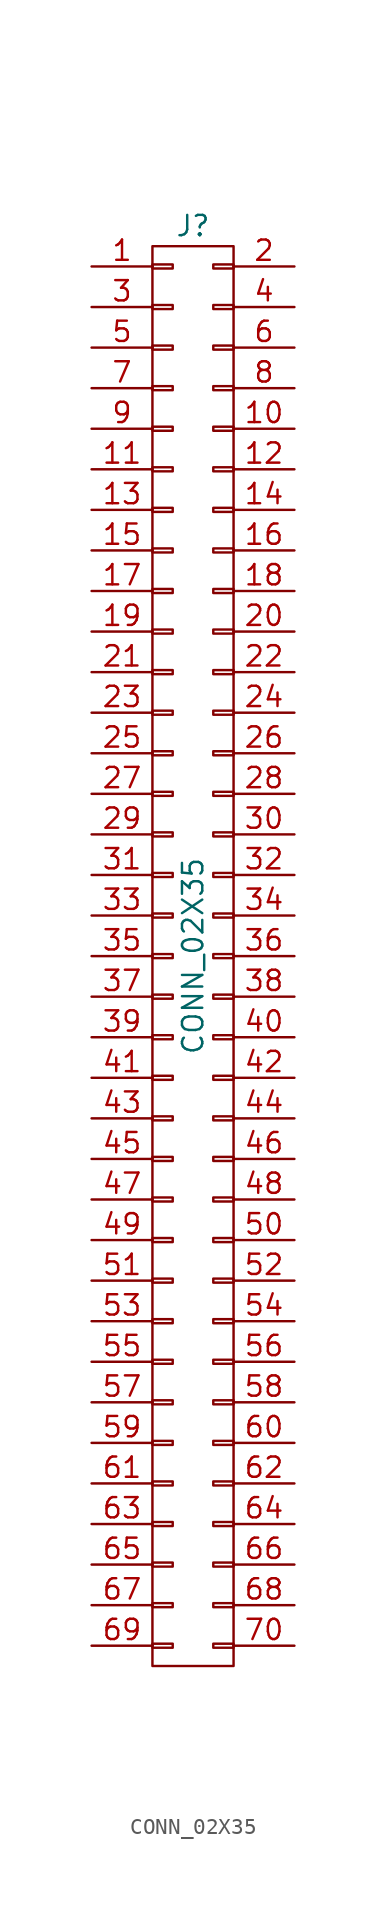
<source format=kicad_sym>
(kicad_symbol_lib
  (version 20211014)
  (generator kicad_symbol_editor)
  (symbol "CONN_02X35"
    (pin_names
      (offset 0.025) hide)
    (property "Reference" "J"
      (at 0 45.72 0)
      (effects (font (size 1.27 1.27))))
    (property "Value" "CONN_02X35"
      (at 0 0 90)
      (effects (font (size 1.27 1.27))))
    (symbol "CONN_02X35_0_1"
      (rectangle (start -2.54 -43.053) (end -1.27 -43.307) (stroke (width 0) (type default) (color 0 0 0 0)) (fill (type none)))
      (rectangle (start -2.54 -40.513) (end -1.27 -40.767) (stroke (width 0) (type default) (color 0 0 0 0)) (fill (type none)))
      (rectangle (start -2.54 -37.973) (end -1.27 -38.227) (stroke (width 0) (type default) (color 0 0 0 0)) (fill (type none)))
      (rectangle (start -2.54 -35.433) (end -1.27 -35.687) (stroke (width 0) (type default) (color 0 0 0 0)) (fill (type none)))
      (rectangle (start -2.54 -32.893) (end -1.27 -33.147) (stroke (width 0) (type default) (color 0 0 0 0)) (fill (type none)))
      (rectangle (start -2.54 -30.353) (end -1.27 -30.607) (stroke (width 0) (type default) (color 0 0 0 0)) (fill (type none)))
      (rectangle (start -2.54 -27.813) (end -1.27 -28.067) (stroke (width 0) (type default) (color 0 0 0 0)) (fill (type none)))
      (rectangle (start -2.54 -25.273) (end -1.27 -25.527) (stroke (width 0) (type default) (color 0 0 0 0)) (fill (type none)))
      (rectangle (start -2.54 -22.733) (end -1.27 -22.987) (stroke (width 0) (type default) (color 0 0 0 0)) (fill (type none)))
      (rectangle (start -2.54 -20.193) (end -1.27 -20.447) (stroke (width 0) (type default) (color 0 0 0 0)) (fill (type none)))
      (rectangle (start -2.54 -17.653) (end -1.27 -17.907) (stroke (width 0) (type default) (color 0 0 0 0)) (fill (type none)))
      (rectangle (start -2.54 -15.113) (end -1.27 -15.367) (stroke (width 0) (type default) (color 0 0 0 0)) (fill (type none)))
      (rectangle (start -2.54 -12.573) (end -1.27 -12.827) (stroke (width 0) (type default) (color 0 0 0 0)) (fill (type none)))
      (rectangle (start -2.54 -10.033) (end -1.27 -10.287) (stroke (width 0) (type default) (color 0 0 0 0)) (fill (type none)))
      (rectangle (start -2.54 -7.493) (end -1.27 -7.747) (stroke (width 0) (type default) (color 0 0 0 0)) (fill (type none)))
      (rectangle (start -2.54 -4.953) (end -1.27 -5.207) (stroke (width 0) (type default) (color 0 0 0 0)) (fill (type none)))
      (rectangle (start -2.54 -2.413) (end -1.27 -2.667) (stroke (width 0) (type default) (color 0 0 0 0)) (fill (type none)))
      (rectangle (start -2.54 0.127) (end -1.27 -0.127) (stroke (width 0) (type default) (color 0 0 0 0)) (fill (type none)))
      (rectangle (start -2.54 2.667) (end -1.27 2.413) (stroke (width 0) (type default) (color 0 0 0 0)) (fill (type none)))
      (rectangle (start -2.54 5.207) (end -1.27 4.953) (stroke (width 0) (type default) (color 0 0 0 0)) (fill (type none)))
      (rectangle (start -2.54 7.747) (end -1.27 7.493) (stroke (width 0) (type default) (color 0 0 0 0)) (fill (type none)))
      (rectangle (start -2.54 10.287) (end -1.27 10.033) (stroke (width 0) (type default) (color 0 0 0 0)) (fill (type none)))
      (rectangle (start -2.54 12.827) (end -1.27 12.573) (stroke (width 0) (type default) (color 0 0 0 0)) (fill (type none)))
      (rectangle (start -2.54 15.367) (end -1.27 15.113) (stroke (width 0) (type default) (color 0 0 0 0)) (fill (type none)))
      (rectangle (start -2.54 17.907) (end -1.27 17.653) (stroke (width 0) (type default) (color 0 0 0 0)) (fill (type none)))
      (rectangle (start -2.54 20.447) (end -1.27 20.193) (stroke (width 0) (type default) (color 0 0 0 0)) (fill (type none)))
      (rectangle (start -2.54 22.987) (end -1.27 22.733) (stroke (width 0) (type default) (color 0 0 0 0)) (fill (type none)))
      (rectangle (start -2.54 25.527) (end -1.27 25.273) (stroke (width 0) (type default) (color 0 0 0 0)) (fill (type none)))
      (rectangle (start -2.54 28.067) (end -1.27 27.813) (stroke (width 0) (type default) (color 0 0 0 0)) (fill (type none)))
      (rectangle (start -2.54 30.607) (end -1.27 30.353) (stroke (width 0) (type default) (color 0 0 0 0)) (fill (type none)))
      (rectangle (start -2.54 33.147) (end -1.27 32.893) (stroke (width 0) (type default) (color 0 0 0 0)) (fill (type none)))
      (rectangle (start -2.54 35.687) (end -1.27 35.433) (stroke (width 0) (type default) (color 0 0 0 0)) (fill (type none)))
      (rectangle (start -2.54 38.227) (end -1.27 37.973) (stroke (width 0) (type default) (color 0 0 0 0)) (fill (type none)))
      (rectangle (start -2.54 40.767) (end -1.27 40.513) (stroke (width 0) (type default) (color 0 0 0 0)) (fill (type none)))
      (rectangle (start -2.54 43.307) (end -1.27 43.053) (stroke (width 0) (type default) (color 0 0 0 0)) (fill (type none)))
      (rectangle (start -2.54 44.45) (end 2.54 -44.45) (stroke (width 0) (type default) (color 0 0 0 0)) (fill (type none)))
      (rectangle (start 1.27 -43.053) (end 2.54 -43.307) (stroke (width 0) (type default) (color 0 0 0 0)) (fill (type none)))
      (rectangle (start 1.27 -40.513) (end 2.54 -40.767) (stroke (width 0) (type default) (color 0 0 0 0)) (fill (type none)))
      (rectangle (start 1.27 -37.973) (end 2.54 -38.227) (stroke (width 0) (type default) (color 0 0 0 0)) (fill (type none)))
      (rectangle (start 1.27 -35.433) (end 2.54 -35.687) (stroke (width 0) (type default) (color 0 0 0 0)) (fill (type none)))
      (rectangle (start 1.27 -32.893) (end 2.54 -33.147) (stroke (width 0) (type default) (color 0 0 0 0)) (fill (type none)))
      (rectangle (start 1.27 -30.353) (end 2.54 -30.607) (stroke (width 0) (type default) (color 0 0 0 0)) (fill (type none)))
      (rectangle (start 1.27 -27.813) (end 2.54 -28.067) (stroke (width 0) (type default) (color 0 0 0 0)) (fill (type none)))
      (rectangle (start 1.27 -25.273) (end 2.54 -25.527) (stroke (width 0) (type default) (color 0 0 0 0)) (fill (type none)))
      (rectangle (start 1.27 -22.733) (end 2.54 -22.987) (stroke (width 0) (type default) (color 0 0 0 0)) (fill (type none)))
      (rectangle (start 1.27 -20.193) (end 2.54 -20.447) (stroke (width 0) (type default) (color 0 0 0 0)) (fill (type none)))
      (rectangle (start 1.27 -17.653) (end 2.54 -17.907) (stroke (width 0) (type default) (color 0 0 0 0)) (fill (type none)))
      (rectangle (start 1.27 -15.113) (end 2.54 -15.367) (stroke (width 0) (type default) (color 0 0 0 0)) (fill (type none)))
      (rectangle (start 1.27 -12.573) (end 2.54 -12.827) (stroke (width 0) (type default) (color 0 0 0 0)) (fill (type none)))
      (rectangle (start 1.27 -10.033) (end 2.54 -10.287) (stroke (width 0) (type default) (color 0 0 0 0)) (fill (type none)))
      (rectangle (start 1.27 -7.493) (end 2.54 -7.747) (stroke (width 0) (type default) (color 0 0 0 0)) (fill (type none)))
      (rectangle (start 1.27 -4.953) (end 2.54 -5.207) (stroke (width 0) (type default) (color 0 0 0 0)) (fill (type none)))
      (rectangle (start 1.27 -2.413) (end 2.54 -2.667) (stroke (width 0) (type default) (color 0 0 0 0)) (fill (type none)))
      (rectangle (start 1.27 0.127) (end 2.54 -0.127) (stroke (width 0) (type default) (color 0 0 0 0)) (fill (type none)))
      (rectangle (start 1.27 2.667) (end 2.54 2.413) (stroke (width 0) (type default) (color 0 0 0 0)) (fill (type none)))
      (rectangle (start 1.27 5.207) (end 2.54 4.953) (stroke (width 0) (type default) (color 0 0 0 0)) (fill (type none)))
      (rectangle (start 1.27 7.747) (end 2.54 7.493) (stroke (width 0) (type default) (color 0 0 0 0)) (fill (type none)))
      (rectangle (start 1.27 10.287) (end 2.54 10.033) (stroke (width 0) (type default) (color 0 0 0 0)) (fill (type none)))
      (rectangle (start 1.27 12.827) (end 2.54 12.573) (stroke (width 0) (type default) (color 0 0 0 0)) (fill (type none)))
      (rectangle (start 1.27 15.367) (end 2.54 15.113) (stroke (width 0) (type default) (color 0 0 0 0)) (fill (type none)))
      (rectangle (start 1.27 17.907) (end 2.54 17.653) (stroke (width 0) (type default) (color 0 0 0 0)) (fill (type none)))
      (rectangle (start 1.27 20.447) (end 2.54 20.193) (stroke (width 0) (type default) (color 0 0 0 0)) (fill (type none)))
      (rectangle (start 1.27 22.987) (end 2.54 22.733) (stroke (width 0) (type default) (color 0 0 0 0)) (fill (type none)))
      (rectangle (start 1.27 25.527) (end 2.54 25.273) (stroke (width 0) (type default) (color 0 0 0 0)) (fill (type none)))
      (rectangle (start 1.27 28.067) (end 2.54 27.813) (stroke (width 0) (type default) (color 0 0 0 0)) (fill (type none)))
      (rectangle (start 1.27 30.607) (end 2.54 30.353) (stroke (width 0) (type default) (color 0 0 0 0)) (fill (type none)))
      (rectangle (start 1.27 33.147) (end 2.54 32.893) (stroke (width 0) (type default) (color 0 0 0 0)) (fill (type none)))
      (rectangle (start 1.27 35.687) (end 2.54 35.433) (stroke (width 0) (type default) (color 0 0 0 0)) (fill (type none)))
      (rectangle (start 1.27 38.227) (end 2.54 37.973) (stroke (width 0) (type default) (color 0 0 0 0)) (fill (type none)))
      (rectangle (start 1.27 40.767) (end 2.54 40.513) (stroke (width 0) (type default) (color 0 0 0 0)) (fill (type none)))
      (rectangle (start 1.27 43.307) (end 2.54 43.053) (stroke (width 0) (type default) (color 0 0 0 0)) (fill (type none))))
    (symbol "CONN_02X35_1_1"
      (pin passive line (at -6.35 43.18 0) (length 3.81) (name "P1" (effects (font (size 1.27 1.27)))) (number "1" (effects (font (size 1.27 1.27)))))
      (pin passive line (at 6.35 33.02 180) (length 3.81) (name "P10" (effects (font (size 1.27 1.27)))) (number "10" (effects (font (size 1.27 1.27)))))
      (pin passive line (at -6.35 30.48 0) (length 3.81) (name "P11" (effects (font (size 1.27 1.27)))) (number "11" (effects (font (size 1.27 1.27)))))
      (pin passive line (at 6.35 30.48 180) (length 3.81) (name "P12" (effects (font (size 1.27 1.27)))) (number "12" (effects (font (size 1.27 1.27)))))
      (pin passive line (at -6.35 27.94 0) (length 3.81) (name "P13" (effects (font (size 1.27 1.27)))) (number "13" (effects (font (size 1.27 1.27)))))
      (pin passive line (at 6.35 27.94 180) (length 3.81) (name "P14" (effects (font (size 1.27 1.27)))) (number "14" (effects (font (size 1.27 1.27)))))
      (pin passive line (at -6.35 25.4 0) (length 3.81) (name "P15" (effects (font (size 1.27 1.27)))) (number "15" (effects (font (size 1.27 1.27)))))
      (pin passive line (at 6.35 25.4 180) (length 3.81) (name "P16" (effects (font (size 1.27 1.27)))) (number "16" (effects (font (size 1.27 1.27)))))
      (pin passive line (at -6.35 22.86 0) (length 3.81) (name "P17" (effects (font (size 1.27 1.27)))) (number "17" (effects (font (size 1.27 1.27)))))
      (pin passive line (at 6.35 22.86 180) (length 3.81) (name "P18" (effects (font (size 1.27 1.27)))) (number "18" (effects (font (size 1.27 1.27)))))
      (pin passive line (at -6.35 20.32 0) (length 3.81) (name "P19" (effects (font (size 1.27 1.27)))) (number "19" (effects (font (size 1.27 1.27)))))
      (pin passive line (at 6.35 43.18 180) (length 3.81) (name "P2" (effects (font (size 1.27 1.27)))) (number "2" (effects (font (size 1.27 1.27)))))
      (pin passive line (at 6.35 20.32 180) (length 3.81) (name "P20" (effects (font (size 1.27 1.27)))) (number "20" (effects (font (size 1.27 1.27)))))
      (pin passive line (at -6.35 17.78 0) (length 3.81) (name "P21" (effects (font (size 1.27 1.27)))) (number "21" (effects (font (size 1.27 1.27)))))
      (pin passive line (at 6.35 17.78 180) (length 3.81) (name "P22" (effects (font (size 1.27 1.27)))) (number "22" (effects (font (size 1.27 1.27)))))
      (pin passive line (at -6.35 15.24 0) (length 3.81) (name "P23" (effects (font (size 1.27 1.27)))) (number "23" (effects (font (size 1.27 1.27)))))
      (pin passive line (at 6.35 15.24 180) (length 3.81) (name "P24" (effects (font (size 1.27 1.27)))) (number "24" (effects (font (size 1.27 1.27)))))
      (pin passive line (at -6.35 12.7 0) (length 3.81) (name "P25" (effects (font (size 1.27 1.27)))) (number "25" (effects (font (size 1.27 1.27)))))
      (pin passive line (at 6.35 12.7 180) (length 3.81) (name "P26" (effects (font (size 1.27 1.27)))) (number "26" (effects (font (size 1.27 1.27)))))
      (pin passive line (at -6.35 10.16 0) (length 3.81) (name "P27" (effects (font (size 1.27 1.27)))) (number "27" (effects (font (size 1.27 1.27)))))
      (pin passive line (at 6.35 10.16 180) (length 3.81) (name "P28" (effects (font (size 1.27 1.27)))) (number "28" (effects (font (size 1.27 1.27)))))
      (pin passive line (at -6.35 7.62 0) (length 3.81) (name "P29" (effects (font (size 1.27 1.27)))) (number "29" (effects (font (size 1.27 1.27)))))
      (pin passive line (at -6.35 40.64 0) (length 3.81) (name "P3" (effects (font (size 1.27 1.27)))) (number "3" (effects (font (size 1.27 1.27)))))
      (pin passive line (at 6.35 7.62 180) (length 3.81) (name "P30" (effects (font (size 1.27 1.27)))) (number "30" (effects (font (size 1.27 1.27)))))
      (pin passive line (at -6.35 5.08 0) (length 3.81) (name "P31" (effects (font (size 1.27 1.27)))) (number "31" (effects (font (size 1.27 1.27)))))
      (pin passive line (at 6.35 5.08 180) (length 3.81) (name "P32" (effects (font (size 1.27 1.27)))) (number "32" (effects (font (size 1.27 1.27)))))
      (pin passive line (at -6.35 2.54 0) (length 3.81) (name "P33" (effects (font (size 1.27 1.27)))) (number "33" (effects (font (size 1.27 1.27)))))
      (pin passive line (at 6.35 2.54 180) (length 3.81) (name "P34" (effects (font (size 1.27 1.27)))) (number "34" (effects (font (size 1.27 1.27)))))
      (pin passive line (at -6.35 0 0) (length 3.81) (name "P35" (effects (font (size 1.27 1.27)))) (number "35" (effects (font (size 1.27 1.27)))))
      (pin passive line (at 6.35 0 180) (length 3.81) (name "P36" (effects (font (size 1.27 1.27)))) (number "36" (effects (font (size 1.27 1.27)))))
      (pin passive line (at -6.35 -2.54 0) (length 3.81) (name "P37" (effects (font (size 1.27 1.27)))) (number "37" (effects (font (size 1.27 1.27)))))
      (pin passive line (at 6.35 -2.54 180) (length 3.81) (name "P38" (effects (font (size 1.27 1.27)))) (number "38" (effects (font (size 1.27 1.27)))))
      (pin passive line (at -6.35 -5.08 0) (length 3.81) (name "P39" (effects (font (size 1.27 1.27)))) (number "39" (effects (font (size 1.27 1.27)))))
      (pin passive line (at 6.35 40.64 180) (length 3.81) (name "P4" (effects (font (size 1.27 1.27)))) (number "4" (effects (font (size 1.27 1.27)))))
      (pin passive line (at 6.35 -5.08 180) (length 3.81) (name "P40" (effects (font (size 1.27 1.27)))) (number "40" (effects (font (size 1.27 1.27)))))
      (pin passive line (at -6.35 -7.62 0) (length 3.81) (name "P41" (effects (font (size 1.27 1.27)))) (number "41" (effects (font (size 1.27 1.27)))))
      (pin passive line (at 6.35 -7.62 180) (length 3.81) (name "P42" (effects (font (size 1.27 1.27)))) (number "42" (effects (font (size 1.27 1.27)))))
      (pin passive line (at -6.35 -10.16 0) (length 3.81) (name "P43" (effects (font (size 1.27 1.27)))) (number "43" (effects (font (size 1.27 1.27)))))
      (pin passive line (at 6.35 -10.16 180) (length 3.81) (name "P44" (effects (font (size 1.27 1.27)))) (number "44" (effects (font (size 1.27 1.27)))))
      (pin passive line (at -6.35 -12.7 0) (length 3.81) (name "P45" (effects (font (size 1.27 1.27)))) (number "45" (effects (font (size 1.27 1.27)))))
      (pin passive line (at 6.35 -12.7 180) (length 3.81) (name "P46" (effects (font (size 1.27 1.27)))) (number "46" (effects (font (size 1.27 1.27)))))
      (pin passive line (at -6.35 -15.24 0) (length 3.81) (name "P47" (effects (font (size 1.27 1.27)))) (number "47" (effects (font (size 1.27 1.27)))))
      (pin passive line (at 6.35 -15.24 180) (length 3.81) (name "P48" (effects (font (size 1.27 1.27)))) (number "48" (effects (font (size 1.27 1.27)))))
      (pin passive line (at -6.35 -17.78 0) (length 3.81) (name "P49" (effects (font (size 1.27 1.27)))) (number "49" (effects (font (size 1.27 1.27)))))
      (pin passive line (at -6.35 38.1 0) (length 3.81) (name "P5" (effects (font (size 1.27 1.27)))) (number "5" (effects (font (size 1.27 1.27)))))
      (pin passive line (at 6.35 -17.78 180) (length 3.81) (name "P50" (effects (font (size 1.27 1.27)))) (number "50" (effects (font (size 1.27 1.27)))))
      (pin passive line (at -6.35 -20.32 0) (length 3.81) (name "P51" (effects (font (size 1.27 1.27)))) (number "51" (effects (font (size 1.27 1.27)))))
      (pin passive line (at 6.35 -20.32 180) (length 3.81) (name "P52" (effects (font (size 1.27 1.27)))) (number "52" (effects (font (size 1.27 1.27)))))
      (pin passive line (at -6.35 -22.86 0) (length 3.81) (name "P53" (effects (font (size 1.27 1.27)))) (number "53" (effects (font (size 1.27 1.27)))))
      (pin passive line (at 6.35 -22.86 180) (length 3.81) (name "P54" (effects (font (size 1.27 1.27)))) (number "54" (effects (font (size 1.27 1.27)))))
      (pin passive line (at -6.35 -25.4 0) (length 3.81) (name "P55" (effects (font (size 1.27 1.27)))) (number "55" (effects (font (size 1.27 1.27)))))
      (pin passive line (at 6.35 -25.4 180) (length 3.81) (name "P56" (effects (font (size 1.27 1.27)))) (number "56" (effects (font (size 1.27 1.27)))))
      (pin passive line (at -6.35 -27.94 0) (length 3.81) (name "P57" (effects (font (size 1.27 1.27)))) (number "57" (effects (font (size 1.27 1.27)))))
      (pin passive line (at 6.35 -27.94 180) (length 3.81) (name "P58" (effects (font (size 1.27 1.27)))) (number "58" (effects (font (size 1.27 1.27)))))
      (pin passive line (at -6.35 -30.48 0) (length 3.81) (name "P59" (effects (font (size 1.27 1.27)))) (number "59" (effects (font (size 1.27 1.27)))))
      (pin passive line (at 6.35 38.1 180) (length 3.81) (name "P6" (effects (font (size 1.27 1.27)))) (number "6" (effects (font (size 1.27 1.27)))))
      (pin passive line (at 6.35 -30.48 180) (length 3.81) (name "P60" (effects (font (size 1.27 1.27)))) (number "60" (effects (font (size 1.27 1.27)))))
      (pin passive line (at -6.35 -33.02 0) (length 3.81) (name "P61" (effects (font (size 1.27 1.27)))) (number "61" (effects (font (size 1.27 1.27)))))
      (pin passive line (at 6.35 -33.02 180) (length 3.81) (name "P62" (effects (font (size 1.27 1.27)))) (number "62" (effects (font (size 1.27 1.27)))))
      (pin passive line (at -6.35 -35.56 0) (length 3.81) (name "P63" (effects (font (size 1.27 1.27)))) (number "63" (effects (font (size 1.27 1.27)))))
      (pin passive line (at 6.35 -35.56 180) (length 3.81) (name "P64" (effects (font (size 1.27 1.27)))) (number "64" (effects (font (size 1.27 1.27)))))
      (pin passive line (at -6.35 -38.1 0) (length 3.81) (name "P65" (effects (font (size 1.27 1.27)))) (number "65" (effects (font (size 1.27 1.27)))))
      (pin passive line (at 6.35 -38.1 180) (length 3.81) (name "P66" (effects (font (size 1.27 1.27)))) (number "66" (effects (font (size 1.27 1.27)))))
      (pin passive line (at -6.35 -40.64 0) (length 3.81) (name "P67" (effects (font (size 1.27 1.27)))) (number "67" (effects (font (size 1.27 1.27)))))
      (pin passive line (at 6.35 -40.64 180) (length 3.81) (name "P68" (effects (font (size 1.27 1.27)))) (number "68" (effects (font (size 1.27 1.27)))))
      (pin passive line (at -6.35 -43.18 0) (length 3.81) (name "P69" (effects (font (size 1.27 1.27)))) (number "69" (effects (font (size 1.27 1.27)))))
      (pin passive line (at -6.35 35.56 0) (length 3.81) (name "P7" (effects (font (size 1.27 1.27)))) (number "7" (effects (font (size 1.27 1.27)))))
      (pin passive line (at 6.35 -43.18 180) (length 3.81) (name "P70" (effects (font (size 1.27 1.27)))) (number "70" (effects (font (size 1.27 1.27)))))
      (pin passive line (at 6.35 35.56 180) (length 3.81) (name "P8" (effects (font (size 1.27 1.27)))) (number "8" (effects (font (size 1.27 1.27)))))
      (pin passive line (at -6.35 33.02 0) (length 3.81) (name "P9" (effects (font (size 1.27 1.27)))) (number "9" (effects (font (size 1.27 1.27))))))))
</source>
